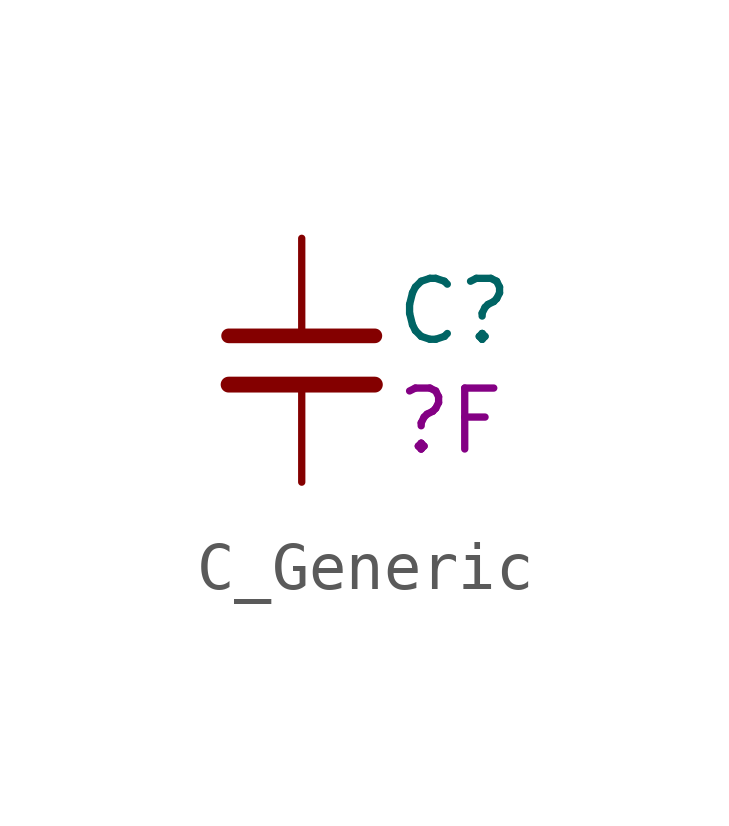
<source format=kicad_sym>
(kicad_symbol_lib
  (version 20211014)
  (generator kicad_symbol_editor)
  (symbol "C_Generic"
    (pin_numbers hide)
    (pin_names
      (offset 0.254) hide)
    (property "Reference" "C"
      (at 1.905 1.016 0)
      (effects (font (size 1.27 1.27)) (justify left)))
    (property "Display" "?F"
      (at 1.905 -1.27 0)
      (effects (font (size 1.27 1.27)) (justify left)))
    (symbol "C_Generic_0_1"
      (polyline (pts (xy -1.524 -0.508) (xy 1.524 -0.508)) (stroke (width 0.33) (type default) (color 0 0 0 0)) (fill (type none)))
      (polyline (pts (xy -1.524 0.508) (xy 1.524 0.508)) (stroke (width 0.305) (type default) (color 0 0 0 0)) (fill (type none))))
    (symbol "C_Generic_1_1"
      (pin passive line (at 0 2.54 270) (length 2.032) (name "~" (effects (font (size 1.27 1.27)))) (number "1" (effects (font (size 1.27 1.27)))))
      (pin passive line (at 0 -2.54 90) (length 2.032) (name "~" (effects (font (size 1.27 1.27)))) (number "2" (effects (font (size 1.27 1.27))))))))
</source>
